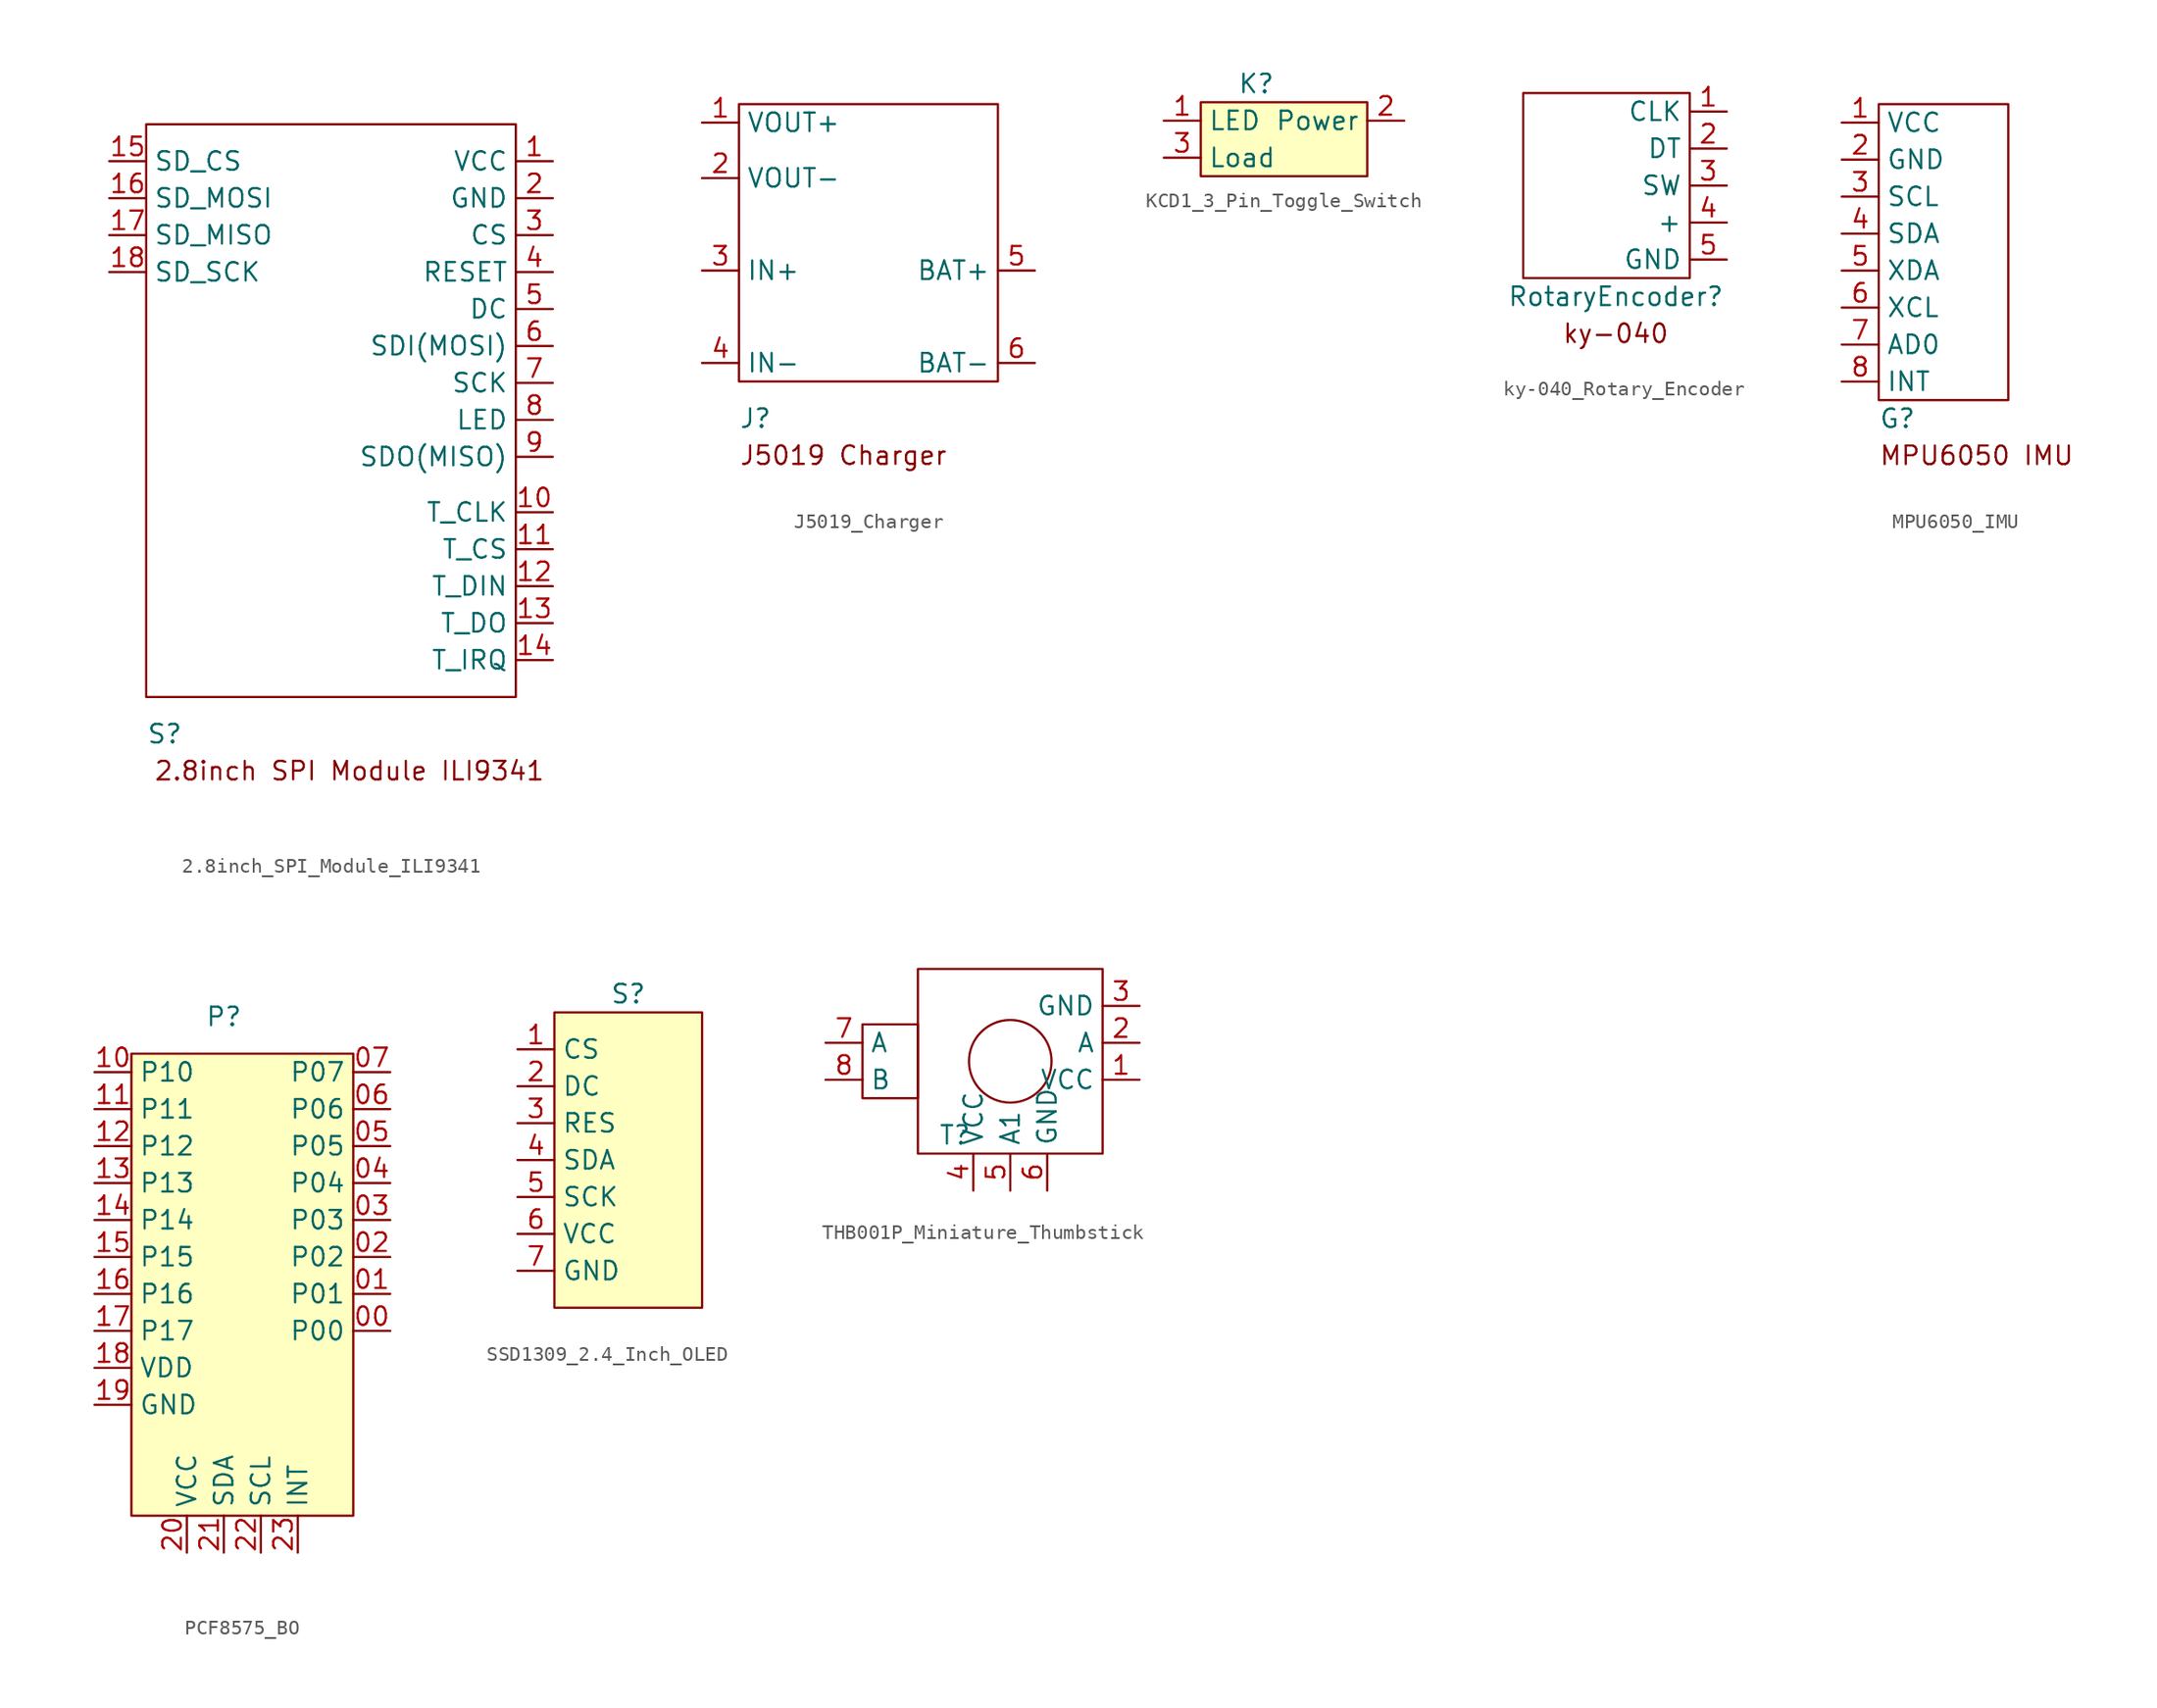
<source format=kicad_sym>
(kicad_symbol_lib
  (version 20220914)
  (generator kicad_symbol_editor)
  (symbol "2.8inch_SPI_Module_ILI9341"
    (property "Reference" "S"
      (at -6.35 -21.59 0)
      (effects (font (size 1.27 1.27))))
    (property "Value" ""
      (at 0 0 0)
      (effects (font (size 1.27 1.27))))
    (symbol "2.8inch_SPI_Module_ILI9341_0_1"
      (rectangle (start -7.62 20.32) (end 17.78 -19.05) (stroke (width 0) (type default)) (fill (type none))))
    (symbol "2.8inch_SPI_Module_ILI9341_1_1"
      (text "2.8inch SPI Module ILI9341" (at 6.35 -24.13 0) (effects (font (size 1.27 1.27))))
      (pin power_in line (at 20.32 17.78 180) (length 2.54) (name "VCC" (effects (font (size 1.27 1.27)))) (number "1" (effects (font (size 1.27 1.27)))))
      (pin input line (at 20.32 -6.35 180) (length 2.54) (name "T_CLK" (effects (font (size 1.27 1.27)))) (number "10" (effects (font (size 1.27 1.27)))))
      (pin input line (at 20.32 -8.89 180) (length 2.54) (name "T_CS" (effects (font (size 1.27 1.27)))) (number "11" (effects (font (size 1.27 1.27)))))
      (pin input line (at 20.32 -11.43 180) (length 2.54) (name "T_DIN" (effects (font (size 1.27 1.27)))) (number "12" (effects (font (size 1.27 1.27)))))
      (pin input line (at 20.32 -13.97 180) (length 2.54) (name "T_DO" (effects (font (size 1.27 1.27)))) (number "13" (effects (font (size 1.27 1.27)))))
      (pin input line (at 20.32 -16.51 180) (length 2.54) (name "T_IRQ" (effects (font (size 1.27 1.27)))) (number "14" (effects (font (size 1.27 1.27)))))
      (pin output line (at -10.16 17.78 0) (length 2.54) (name "SD_CS" (effects (font (size 1.27 1.27)))) (number "15" (effects (font (size 1.27 1.27)))))
      (pin output line (at -10.16 15.24 0) (length 2.54) (name "SD_MOSI" (effects (font (size 1.27 1.27)))) (number "16" (effects (font (size 1.27 1.27)))))
      (pin output line (at -10.16 12.7 0) (length 2.54) (name "SD_MISO" (effects (font (size 1.27 1.27)))) (number "17" (effects (font (size 1.27 1.27)))))
      (pin output line (at -10.16 10.16 0) (length 2.54) (name "SD_SCK" (effects (font (size 1.27 1.27)))) (number "18" (effects (font (size 1.27 1.27)))))
      (pin power_in line (at 20.32 15.24 180) (length 2.54) (name "GND" (effects (font (size 1.27 1.27)))) (number "2" (effects (font (size 1.27 1.27)))))
      (pin input line (at 20.32 12.7 180) (length 2.54) (name "CS" (effects (font (size 1.27 1.27)))) (number "3" (effects (font (size 1.27 1.27)))))
      (pin input line (at 20.32 10.16 180) (length 2.54) (name "RESET" (effects (font (size 1.27 1.27)))) (number "4" (effects (font (size 1.27 1.27)))))
      (pin input line (at 20.32 7.62 180) (length 2.54) (name "DC" (effects (font (size 1.27 1.27)))) (number "5" (effects (font (size 1.27 1.27)))))
      (pin input line (at 20.32 5.08 180) (length 2.54) (name "SDI(MOSI)" (effects (font (size 1.27 1.27)))) (number "6" (effects (font (size 1.27 1.27)))))
      (pin input line (at 20.32 2.54 180) (length 2.54) (name "SCK" (effects (font (size 1.27 1.27)))) (number "7" (effects (font (size 1.27 1.27)))))
      (pin input line (at 20.32 0 180) (length 2.54) (name "LED" (effects (font (size 1.27 1.27)))) (number "8" (effects (font (size 1.27 1.27)))))
      (pin input line (at 20.32 -2.54 180) (length 2.54) (name "SDO(MISO)" (effects (font (size 1.27 1.27)))) (number "9" (effects (font (size 1.27 1.27)))))))
  (symbol "J5019_Charger"
    (property "Reference" "J"
      (at -11.43 1.27 0)
      (effects (font (size 1.27 1.27)) (justify left)))
    (property "Value" ""
      (at 0 0 0)
      (effects (font (size 1.27 1.27))))
    (symbol "J5019_Charger_0_1"
      (rectangle (start -11.43 22.86) (end 6.35 3.81) (stroke (width 0) (type default)) (fill (type none))))
    (symbol "J5019_Charger_1_1"
      (text "J5019 Charger" (at -11.43 -1.27 0) (effects (font (size 1.27 1.27)) (justify left)))
      (pin power_out line (at -13.97 21.59 0) (length 2.54) (name "VOUT+" (effects (font (size 1.27 1.27)))) (number "1" (effects (font (size 1.27 1.27)))))
      (pin power_out line (at -13.97 17.78 0) (length 2.54) (name "VOUT-" (effects (font (size 1.27 1.27)))) (number "2" (effects (font (size 1.27 1.27)))))
      (pin power_in line (at -13.97 11.43 0) (length 2.54) (name "IN+" (effects (font (size 1.27 1.27)))) (number "3" (effects (font (size 1.27 1.27)))))
      (pin power_in line (at -13.97 5.08 0) (length 2.54) (name "IN-" (effects (font (size 1.27 1.27)))) (number "4" (effects (font (size 1.27 1.27)))))
      (pin power_in line (at 8.89 11.43 180) (length 2.54) (name "BAT+" (effects (font (size 1.27 1.27)))) (number "5" (effects (font (size 1.27 1.27)))))
      (pin power_in line (at 8.89 5.08 180) (length 2.54) (name "BAT-" (effects (font (size 1.27 1.27)))) (number "6" (effects (font (size 1.27 1.27)))))))
  (symbol "KCD1_3_Pin_Toggle_Switch"
    (property "Reference" "K"
      (at 1.27 3.81 0)
      (effects (font (size 1.27 1.27))))
    (property "Value" ""
      (at 0 0 0)
      (effects (font (size 1.27 1.27))))
    (symbol "KCD1_3_Pin_Toggle_Switch_1_1"
      (rectangle (start -2.54 2.54) (end 8.89 -2.54) (stroke (width 0) (type default)) (fill (type background)))
      (pin bidirectional line (at -5.08 1.27 0) (length 2.54) (name "LED" (effects (font (size 1.27 1.27)))) (number "1" (effects (font (size 1.27 1.27)))))
      (pin bidirectional line (at 11.43 1.27 180) (length 2.54) (name "Power" (effects (font (size 1.27 1.27)))) (number "2" (effects (font (size 1.27 1.27)))))
      (pin bidirectional line (at -5.08 -1.27 0) (length 2.54) (name "Load" (effects (font (size 1.27 1.27)))) (number "3" (effects (font (size 1.27 1.27)))))))
  (symbol "ky-040_Rotary_Encoder"
    (property "Reference" "RotaryEncoder"
      (at 0 -1.27 0)
      (effects (font (size 1.27 1.27))))
    (property "Value" ""
      (at 0 0 0)
      (effects (font (size 1.27 1.27))))
    (symbol "ky-040_Rotary_Encoder_0_1"
      (rectangle (start -6.35 12.7) (end 5.08 0) (stroke (width 0) (type default)) (fill (type none))))
    (symbol "ky-040_Rotary_Encoder_1_1"
      (text "ky-040" (at 0 -3.81 0) (effects (font (size 1.27 1.27))))
      (pin output line (at 7.62 11.43 180) (length 2.54) (name "CLK" (effects (font (size 1.27 1.27)))) (number "1" (effects (font (size 1.27 1.27)))))
      (pin output line (at 7.62 8.89 180) (length 2.54) (name "DT" (effects (font (size 1.27 1.27)))) (number "2" (effects (font (size 1.27 1.27)))))
      (pin output line (at 7.62 6.35 180) (length 2.54) (name "SW" (effects (font (size 1.27 1.27)))) (number "3" (effects (font (size 1.27 1.27)))))
      (pin power_in line (at 7.62 3.81 180) (length 2.54) (name "+" (effects (font (size 1.27 1.27)))) (number "4" (effects (font (size 1.27 1.27)))))
      (pin power_out line (at 7.62 1.27 180) (length 2.54) (name "GND" (effects (font (size 1.27 1.27)))) (number "5" (effects (font (size 1.27 1.27)))))))
  (symbol "MPU6050_IMU"
    (property "Reference" "G"
      (at -3.81 -10.16 0)
      (effects (font (size 1.27 1.27)) (justify left)))
    (property "Value" ""
      (at 0 0 0)
      (effects (font (size 1.27 1.27))))
    (symbol "MPU6050_IMU_0_1"
      (rectangle (start -3.81 11.43) (end 5.08 -8.89) (stroke (width 0) (type default)) (fill (type none))))
    (symbol "MPU6050_IMU_1_1"
      (text "MPU6050 IMU" (at -3.81 -12.7 0) (effects (font (size 1.27 1.27)) (justify left)))
      (pin power_in line (at -6.35 10.16 0) (length 2.54) (name "VCC" (effects (font (size 1.27 1.27)))) (number "1" (effects (font (size 1.27 1.27)))))
      (pin power_in line (at -6.35 7.62 0) (length 2.54) (name "GND" (effects (font (size 1.27 1.27)))) (number "2" (effects (font (size 1.27 1.27)))))
      (pin output line (at -6.35 5.08 0) (length 2.54) (name "SCL" (effects (font (size 1.27 1.27)))) (number "3" (effects (font (size 1.27 1.27)))))
      (pin output line (at -6.35 2.54 0) (length 2.54) (name "SDA" (effects (font (size 1.27 1.27)))) (number "4" (effects (font (size 1.27 1.27)))))
      (pin input line (at -6.35 0 0) (length 2.54) (name "XDA" (effects (font (size 1.27 1.27)))) (number "5" (effects (font (size 1.27 1.27)))))
      (pin input line (at -6.35 -2.54 0) (length 2.54) (name "XCL" (effects (font (size 1.27 1.27)))) (number "6" (effects (font (size 1.27 1.27)))))
      (pin input line (at -6.35 -5.08 0) (length 2.54) (name "AD0" (effects (font (size 1.27 1.27)))) (number "7" (effects (font (size 1.27 1.27)))))
      (pin input line (at -6.35 -7.62 0) (length 2.54) (name "INT" (effects (font (size 1.27 1.27)))) (number "8" (effects (font (size 1.27 1.27)))))))
  (symbol "PCF8575_BO"
    (property "Reference" "P"
      (at -1.27 12.7 0)
      (effects (font (size 1.27 1.27))))
    (property "Value" ""
      (at 0 0 0)
      (effects (font (size 1.27 1.27))))
    (symbol "PCF8575_BO_1_1"
      (rectangle (start -7.62 10.16) (end 7.62 -21.59) (stroke (width 0) (type default)) (fill (type background)))
      (pin bidirectional line (at 10.16 -8.89 180) (length 2.54) (name "P00" (effects (font (size 1.27 1.27)))) (number "00" (effects (font (size 1.27 1.27)))))
      (pin bidirectional line (at 10.16 -6.35 180) (length 2.54) (name "P01" (effects (font (size 1.27 1.27)))) (number "01" (effects (font (size 1.27 1.27)))))
      (pin bidirectional line (at 10.16 -3.81 180) (length 2.54) (name "P02" (effects (font (size 1.27 1.27)))) (number "02" (effects (font (size 1.27 1.27)))))
      (pin bidirectional line (at 10.16 -1.27 180) (length 2.54) (name "P03" (effects (font (size 1.27 1.27)))) (number "03" (effects (font (size 1.27 1.27)))))
      (pin bidirectional line (at 10.16 1.27 180) (length 2.54) (name "P04" (effects (font (size 1.27 1.27)))) (number "04" (effects (font (size 1.27 1.27)))))
      (pin bidirectional line (at 10.16 3.81 180) (length 2.54) (name "P05" (effects (font (size 1.27 1.27)))) (number "05" (effects (font (size 1.27 1.27)))))
      (pin bidirectional line (at 10.16 6.35 180) (length 2.54) (name "P06" (effects (font (size 1.27 1.27)))) (number "06" (effects (font (size 1.27 1.27)))))
      (pin bidirectional line (at 10.16 8.89 180) (length 2.54) (name "P07" (effects (font (size 1.27 1.27)))) (number "07" (effects (font (size 1.27 1.27)))))
      (pin bidirectional line (at -10.16 8.89 0) (length 2.54) (name "P10" (effects (font (size 1.27 1.27)))) (number "10" (effects (font (size 1.27 1.27)))))
      (pin bidirectional line (at -10.16 6.35 0) (length 2.54) (name "P11" (effects (font (size 1.27 1.27)))) (number "11" (effects (font (size 1.27 1.27)))))
      (pin bidirectional line (at -10.16 3.81 0) (length 2.54) (name "P12" (effects (font (size 1.27 1.27)))) (number "12" (effects (font (size 1.27 1.27)))))
      (pin bidirectional line (at -10.16 1.27 0) (length 2.54) (name "P13" (effects (font (size 1.27 1.27)))) (number "13" (effects (font (size 1.27 1.27)))))
      (pin bidirectional line (at -10.16 -1.27 0) (length 2.54) (name "P14" (effects (font (size 1.27 1.27)))) (number "14" (effects (font (size 1.27 1.27)))))
      (pin bidirectional line (at -10.16 -3.81 0) (length 2.54) (name "P15" (effects (font (size 1.27 1.27)))) (number "15" (effects (font (size 1.27 1.27)))))
      (pin bidirectional line (at -10.16 -6.35 0) (length 2.54) (name "P16" (effects (font (size 1.27 1.27)))) (number "16" (effects (font (size 1.27 1.27)))))
      (pin bidirectional line (at -10.16 -8.89 0) (length 2.54) (name "P17" (effects (font (size 1.27 1.27)))) (number "17" (effects (font (size 1.27 1.27)))))
      (pin power_out line (at -10.16 -11.43 0) (length 2.54) (name "VDD" (effects (font (size 1.27 1.27)))) (number "18" (effects (font (size 1.27 1.27)))))
      (pin power_out line (at -10.16 -13.97 0) (length 2.54) (name "GND" (effects (font (size 1.27 1.27)))) (number "19" (effects (font (size 1.27 1.27)))))
      (pin power_in line (at -3.81 -24.13 90) (length 2.54) (name "VCC" (effects (font (size 1.27 1.27)))) (number "20" (effects (font (size 1.27 1.27)))))
      (pin bidirectional line (at -1.27 -24.13 90) (length 2.54) (name "SDA" (effects (font (size 1.27 1.27)))) (number "21" (effects (font (size 1.27 1.27)))))
      (pin bidirectional line (at 1.27 -24.13 90) (length 2.54) (name "SCL" (effects (font (size 1.27 1.27)))) (number "22" (effects (font (size 1.27 1.27)))))
      (pin bidirectional line (at 3.81 -24.13 90) (length 2.54) (name "INT" (effects (font (size 1.27 1.27)))) (number "23" (effects (font (size 1.27 1.27)))))))
  (symbol "SSD1309_2.4_Inch_OLED"
    (property "Reference" "S"
      (at 3.81 16.51 0)
      (effects (font (size 1.27 1.27))))
    (property "Value" ""
      (at 0 0 0)
      (effects (font (size 1.27 1.27))))
    (symbol "SSD1309_2.4_Inch_OLED_1_1"
      (rectangle (start -1.27 15.24) (end 8.89 -5.08) (stroke (width 0) (type default)) (fill (type background)))
      (pin bidirectional line (at -3.81 12.7 0) (length 2.54) (name "CS" (effects (font (size 1.27 1.27)))) (number "1" (effects (font (size 1.27 1.27)))))
      (pin bidirectional line (at -3.81 10.16 0) (length 2.54) (name "DC" (effects (font (size 1.27 1.27)))) (number "2" (effects (font (size 1.27 1.27)))))
      (pin bidirectional line (at -3.81 7.62 0) (length 2.54) (name "RES" (effects (font (size 1.27 1.27)))) (number "3" (effects (font (size 1.27 1.27)))))
      (pin bidirectional line (at -3.81 5.08 0) (length 2.54) (name "SDA" (effects (font (size 1.27 1.27)))) (number "4" (effects (font (size 1.27 1.27)))))
      (pin bidirectional line (at -3.81 2.54 0) (length 2.54) (name "SCK" (effects (font (size 1.27 1.27)))) (number "5" (effects (font (size 1.27 1.27)))))
      (pin power_in line (at -3.81 0 0) (length 2.54) (name "VCC" (effects (font (size 1.27 1.27)))) (number "6" (effects (font (size 1.27 1.27)))))
      (pin bidirectional line (at -3.81 -2.54 0) (length 2.54) (name "GND" (effects (font (size 1.27 1.27)))) (number "7" (effects (font (size 1.27 1.27)))))))
  (symbol "THB001P_Miniature_Thumbstick"
    (property "Reference" "T"
      (at 0 0 0)
      (effects (font (size 1.27 1.27))))
    (property "Value" ""
      (at 0 0 0)
      (effects (font (size 1.27 1.27))))
    (symbol "THB001P_Miniature_Thumbstick_0_1"
      (rectangle (start -6.35 7.62) (end -2.54 2.54) (stroke (width 0) (type default)) (fill (type none)))
      (rectangle (start -2.54 11.43) (end 10.16 -1.27) (stroke (width 0) (type default)) (fill (type none)))
      (circle (center 3.81 5.08) (radius 2.84) (stroke (width 0) (type default)) (fill (type none))))
    (symbol "THB001P_Miniature_Thumbstick_1_1"
      (pin power_in line (at 12.7 3.81 180) (length 2.54) (name "VCC" (effects (font (size 1.27 1.27)))) (number "1" (effects (font (size 1.27 1.27)))))
      (pin output line (at 12.7 6.35 180) (length 2.54) (name "A" (effects (font (size 1.27 1.27)))) (number "2" (effects (font (size 1.27 1.27)))))
      (pin power_out line (at 12.7 8.89 180) (length 2.54) (name "GND" (effects (font (size 1.27 1.27)))) (number "3" (effects (font (size 1.27 1.27)))))
      (pin power_in line (at 1.27 -3.81 90) (length 2.54) (name "VCC" (effects (font (size 1.27 1.27)))) (number "4" (effects (font (size 1.27 1.27)))))
      (pin output line (at 3.81 -3.81 90) (length 2.54) (name "A1" (effects (font (size 1.27 1.27)))) (number "5" (effects (font (size 1.27 1.27)))))
      (pin power_out line (at 6.35 -3.81 90) (length 2.54) (name "GND" (effects (font (size 1.27 1.27)))) (number "6" (effects (font (size 1.27 1.27)))))
      (pin passive line (at -8.89 6.35 0) (length 2.54) (name "A" (effects (font (size 1.27 1.27)))) (number "7" (effects (font (size 1.27 1.27)))))
      (pin passive line (at -8.89 3.81 0) (length 2.54) (name "B" (effects (font (size 1.27 1.27)))) (number "8" (effects (font (size 1.27 1.27))))))))
</source>
